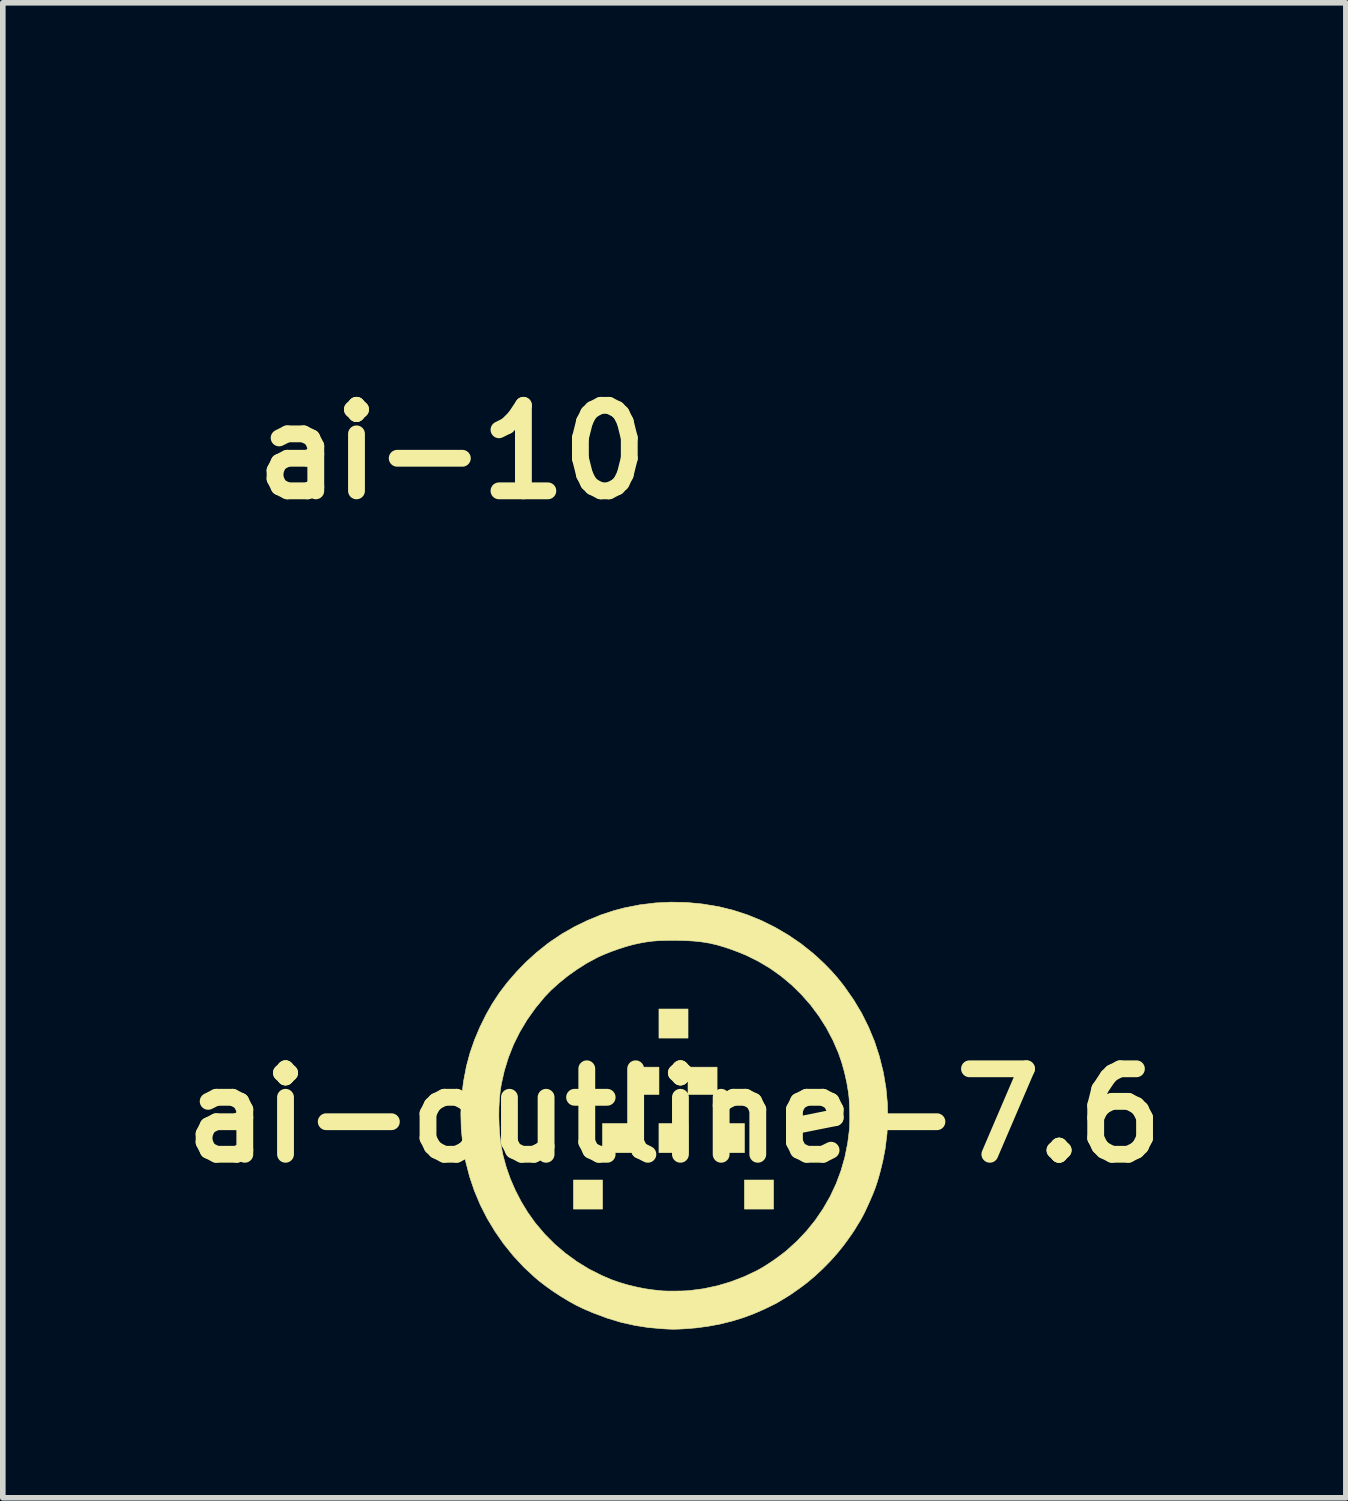
<source format=kicad_pcb>
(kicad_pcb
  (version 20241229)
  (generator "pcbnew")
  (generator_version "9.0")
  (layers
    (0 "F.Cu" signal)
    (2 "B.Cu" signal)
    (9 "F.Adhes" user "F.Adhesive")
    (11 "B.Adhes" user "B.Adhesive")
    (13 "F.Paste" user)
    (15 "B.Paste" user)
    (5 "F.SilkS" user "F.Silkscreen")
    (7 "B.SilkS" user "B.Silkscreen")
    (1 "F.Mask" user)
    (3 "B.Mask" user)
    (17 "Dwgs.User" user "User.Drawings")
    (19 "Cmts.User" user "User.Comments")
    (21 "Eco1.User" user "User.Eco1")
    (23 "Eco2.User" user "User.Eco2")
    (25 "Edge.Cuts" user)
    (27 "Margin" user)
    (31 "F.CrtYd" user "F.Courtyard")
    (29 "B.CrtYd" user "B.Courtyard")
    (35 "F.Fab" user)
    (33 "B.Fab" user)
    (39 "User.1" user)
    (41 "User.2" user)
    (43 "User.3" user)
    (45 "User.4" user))
  (footprint "ai-10"
    (layer "F.Cu")
    (at 5.01 5.01)
    (property "Reference" "ai-10" (at 0 0 0) (layer "F.SilkS") (effects (font (size 1.524 1.524) (thickness 0.3))))
    (attr through_hole)
    (fp_poly (pts (xy -1.684 2.192) (xy -2.366 2.192) (xy -2.366 1.511) (xy -1.684 1.511) (xy -1.684 2.192)) (stroke (width 0.01) (type solid)) (fill yes) (layer "F.Mask"))
    (fp_poly (pts (xy -1.003 0.869) (xy -1.684 0.869) (xy -1.684 0.187) (xy -1.003 0.187) (xy -1.003 0.869)) (stroke (width 0.01) (type solid)) (fill yes) (layer "F.Mask"))
    (fp_poly (pts (xy -0.361 -0.495) (xy -1.003 -0.495) (xy -1.003 -1.136) (xy -0.361 -1.136) (xy -0.361 -0.495)) (stroke (width 0.01) (type solid)) (fill yes) (layer "F.Mask"))
    (fp_poly (pts (xy 0.321 -1.818) (xy -0.361 -1.818) (xy -0.361 -2.5) (xy 0.321 -2.5) (xy 0.321 -1.818)) (stroke (width 0.01) (type solid)) (fill yes) (layer "F.Mask"))
    (fp_poly (pts (xy 0.321 0.869) (xy -0.361 0.869) (xy -0.361 0.187) (xy 0.321 0.187) (xy 0.321 0.869)) (stroke (width 0.01) (type solid)) (fill yes) (layer "F.Mask"))
    (fp_poly (pts (xy 1.003 -0.495) (xy 0.321 -0.495) (xy 0.321 -1.136) (xy 1.003 -1.136) (xy 1.003 -0.495)) (stroke (width 0.01) (type solid)) (fill yes) (layer "F.Mask"))
    (fp_poly (pts (xy 1.644 0.869) (xy 1.003 0.869) (xy 1.003 0.187) (xy 1.644 0.187) (xy 1.644 0.869)) (stroke (width 0.01) (type solid)) (fill yes) (layer "F.Mask"))
    (fp_poly (pts (xy 2.326 2.192) (xy 1.644 2.192) (xy 1.644 1.511) (xy 2.326 1.511) (xy 2.326 2.192)) (stroke (width 0.01) (type solid)) (fill yes) (layer "F.Mask"))
    (fp_poly (pts (xy 0.007 -5.005) (xy 0.216 -5.003) (xy 0.404 -4.996) (xy 0.577 -4.984) (xy 0.74 -4.965) (xy 0.898 -4.94) (xy 1.058 -4.908) (xy 1.225 -4.867) (xy 1.301 -4.846) (xy 1.653 -4.737) (xy 1.993 -4.603) (xy 2.321 -4.446) (xy 2.636 -4.267) (xy 2.936 -4.066) (xy 3.192 -3.868) (xy 3.458 -3.631) (xy 3.706 -3.376) (xy 3.935 -3.104) (xy 4.145 -2.818) (xy 4.334 -2.52) (xy 4.501 -2.211) (xy 4.645 -1.892) (xy 4.765 -1.567) (xy 4.847 -1.284) (xy 4.902 -1.048) (xy 4.945 -0.826) (xy 4.976 -0.608) (xy 4.997 -0.386) (xy 5.008 -0.15) (xy 5.009 -0.107) (xy 5.004 0.261) (xy 4.974 0.622) (xy 4.917 0.978) (xy 4.834 1.328) (xy 4.726 1.672) (xy 4.617 1.948) (xy 4.57 2.058) (xy 4.53 2.149) (xy 4.493 2.228) (xy 4.457 2.3) (xy 4.418 2.372) (xy 4.374 2.45) (xy 4.325 2.533) (xy 4.124 2.847) (xy 3.905 3.141) (xy 3.667 3.416) (xy 3.411 3.672) (xy 3.135 3.91) (xy 2.84 4.128) (xy 2.533 4.325) (xy 2.444 4.377) (xy 2.367 4.421) (xy 2.295 4.459) (xy 2.223 4.495) (xy 2.143 4.532) (xy 2.051 4.573) (xy 1.948 4.617) (xy 1.786 4.684) (xy 1.636 4.74) (xy 1.49 4.788) (xy 1.336 4.831) (xy 1.196 4.866) (xy 0.919 4.926) (xy 0.655 4.969) (xy 0.395 4.997) (xy 0.132 5.01) (xy -0.02 5.011) (xy -0.106 5.01) (xy -0.187 5.008) (xy -0.258 5.007) (xy -0.313 5.006) (xy -0.346 5.004) (xy -0.348 5.004) (xy -0.712 4.964) (xy -1.07 4.898) (xy -1.421 4.808) (xy -1.764 4.693) (xy -2.096 4.554) (xy -2.417 4.393) (xy -2.725 4.209) (xy -2.979 4.032) (xy -3.27 3.799) (xy -3.541 3.549) (xy -3.79 3.283) (xy -4.019 3.001) (xy -4.225 2.703) (xy -4.409 2.392) (xy -4.571 2.066) (xy -4.71 1.726) (xy -4.826 1.374) (xy -4.846 1.301) (xy -4.891 1.13) (xy -4.927 0.968) (xy -4.955 0.809) (xy -4.976 0.649) (xy -4.991 0.481) (xy -5.001 0.3) (xy -5.005 0.101) (xy -5.005 0.007) (xy -5.004 -0.087) (xy -4.108 -0.087) (xy -4.108 0.048) (xy -4.105 0.183) (xy -4.1 0.309) (xy -4.092 0.421) (xy -4.086 0.481) (xy -4.032 0.814) (xy -3.953 1.136) (xy -3.85 1.449) (xy -3.723 1.75) (xy -3.571 2.041) (xy -3.396 2.319) (xy -3.198 2.584) (xy -2.976 2.836) (xy -2.939 2.875) (xy -2.712 3.089) (xy -2.467 3.288) (xy -2.207 3.468) (xy -1.937 3.626) (xy -1.859 3.666) (xy -1.734 3.727) (xy -1.624 3.778) (xy -1.522 3.821) (xy -1.421 3.86) (xy -1.313 3.896) (xy -1.203 3.93) (xy -0.884 4.013) (xy -0.572 4.071) (xy -0.262 4.104) (xy 0.046 4.112) (xy 0.356 4.096) (xy 0.468 4.084) (xy 0.784 4.036) (xy 1.086 3.965) (xy 1.38 3.872) (xy 1.669 3.754) (xy 1.832 3.676) (xy 2.12 3.519) (xy 2.388 3.344) (xy 2.639 3.151) (xy 2.874 2.938) (xy 3.093 2.704) (xy 3.299 2.449) (xy 3.481 2.187) (xy 3.523 2.117) (xy 3.573 2.029) (xy 3.626 1.929) (xy 3.681 1.823) (xy 3.733 1.716) (xy 3.78 1.616) (xy 3.818 1.528) (xy 3.841 1.471) (xy 3.947 1.148) (xy 4.027 0.823) (xy 4.081 0.498) (xy 4.108 0.172) (xy 4.109 -0.154) (xy 4.084 -0.477) (xy 4.033 -0.798) (xy 4.016 -0.876) (xy 3.959 -1.105) (xy 3.895 -1.318) (xy 3.819 -1.523) (xy 3.729 -1.729) (xy 3.666 -1.859) (xy 3.508 -2.144) (xy 3.328 -2.414) (xy 3.127 -2.669) (xy 2.907 -2.907) (xy 2.669 -3.128) (xy 2.413 -3.329) (xy 2.142 -3.51) (xy 1.857 -3.67) (xy 1.614 -3.784) (xy 1.325 -3.895) (xy 1.034 -3.983) (xy 0.739 -4.047) (xy 0.435 -4.088) (xy 0.119 -4.107) (xy 0.013 -4.109) (xy -0.32 -4.098) (xy -0.643 -4.063) (xy -0.956 -4.004) (xy -1.261 -3.92) (xy -1.559 -3.811) (xy -1.851 -3.676) (xy -2.139 -3.515) (xy -2.309 -3.407) (xy -2.543 -3.236) (xy -2.769 -3.043) (xy -2.984 -2.831) (xy -3.184 -2.605) (xy -3.367 -2.366) (xy -3.53 -2.118) (xy -3.671 -1.864) (xy -3.729 -1.741) (xy -3.833 -1.497) (xy -3.917 -1.263) (xy -3.985 -1.031) (xy -4.038 -0.793) (xy -4.078 -0.543) (xy -4.092 -0.428) (xy -4.1 -0.332) (xy -4.106 -0.215) (xy -4.108 -0.087) (xy -5.004 -0.087) (xy -5.002 -0.234) (xy -4.993 -0.455) (xy -4.975 -0.66) (xy -4.948 -0.857) (xy -4.912 -1.05) (xy -4.864 -1.245) (xy -4.805 -1.447) (xy -4.733 -1.663) (xy -4.707 -1.738) (xy -4.575 -2.066) (xy -4.418 -2.383) (xy -4.238 -2.689) (xy -4.034 -2.983) (xy -3.806 -3.266) (xy -3.556 -3.535) (xy -3.283 -3.792) (xy -3.103 -3.944) (xy -2.958 -4.054) (xy -2.794 -4.168) (xy -2.616 -4.281) (xy -2.431 -4.389) (xy -2.244 -4.489) (xy -2.062 -4.578) (xy -2.052 -4.582) (xy -1.934 -4.633) (xy -1.797 -4.686) (xy -1.649 -4.738) (xy -1.497 -4.789) (xy -1.348 -4.835) (xy -1.209 -4.873) (xy -1.155 -4.886) (xy -0.998 -4.921) (xy -0.848 -4.949) (xy -0.7 -4.971) (xy -0.548 -4.987) (xy -0.386 -4.997) (xy -0.21 -5.003) (xy -0.013 -5.005) (xy 0.007 -5.005)) (stroke (width 0.01) (type solid)) (fill yes) (layer "F.Mask")))
  (footprint "ai-outline-7.6"
    (layer "F.Cu")
    (at 8.97 16.836)
    (property "Reference" "ai-outline-7.6" (at 0 0 0) (layer "F.SilkS") (effects (font (size 1.524 1.524) (thickness 0.3))))
    (attr through_hole)
    (fp_poly (pts (xy -1.28 1.666) (xy -1.798 1.666) (xy -1.798 1.148) (xy -1.28 1.148) (xy -1.28 1.666)) (stroke (width 0.01) (type solid)) (fill yes) (layer "F.SilkS"))
    (fp_poly (pts (xy -0.762 0.66) (xy -1.28 0.66) (xy -1.28 0.142) (xy -0.762 0.142) (xy -0.762 0.66)) (stroke (width 0.01) (type solid)) (fill yes) (layer "F.SilkS"))
    (fp_poly (pts (xy -0.274 -0.376) (xy -0.762 -0.376) (xy -0.762 -0.864) (xy -0.274 -0.864) (xy -0.274 -0.376)) (stroke (width 0.01) (type solid)) (fill yes) (layer "F.SilkS"))
    (fp_poly (pts (xy 0.244 -1.382) (xy -0.274 -1.382) (xy -0.274 -1.9) (xy 0.244 -1.9) (xy 0.244 -1.382)) (stroke (width 0.01) (type solid)) (fill yes) (layer "F.SilkS"))
    (fp_poly (pts (xy 0.244 0.66) (xy -0.274 0.66) (xy -0.274 0.142) (xy 0.244 0.142) (xy 0.244 0.66)) (stroke (width 0.01) (type solid)) (fill yes) (layer "F.SilkS"))
    (fp_poly (pts (xy 0.762 -0.376) (xy 0.244 -0.376) (xy 0.244 -0.864) (xy 0.762 -0.864) (xy 0.762 -0.376)) (stroke (width 0.01) (type solid)) (fill yes) (layer "F.SilkS"))
    (fp_poly (pts (xy 1.25 0.66) (xy 0.762 0.66) (xy 0.762 0.142) (xy 1.25 0.142) (xy 1.25 0.66)) (stroke (width 0.01) (type solid)) (fill yes) (layer "F.SilkS"))
    (fp_poly (pts (xy 1.768 1.666) (xy 1.25 1.666) (xy 1.25 1.148) (xy 1.768 1.148) (xy 1.768 1.666)) (stroke (width 0.01) (type solid)) (fill yes) (layer "F.SilkS"))
    (fp_poly (pts (xy 0.222 -3.799) (xy 0.502 -3.772) (xy 0.782 -3.726) (xy 0.798 -3.723) (xy 1.055 -3.659) (xy 1.309 -3.576) (xy 1.558 -3.474) (xy 1.799 -3.354) (xy 2.033 -3.217) (xy 2.256 -3.065) (xy 2.468 -2.896) (xy 2.552 -2.822) (xy 2.68 -2.701) (xy 2.796 -2.582) (xy 2.904 -2.46) (xy 3.01 -2.328) (xy 3.037 -2.291) (xy 3.197 -2.062) (xy 3.339 -1.825) (xy 3.461 -1.58) (xy 3.566 -1.327) (xy 3.652 -1.065) (xy 3.72 -0.793) (xy 3.728 -0.756) (xy 3.773 -0.487) (xy 3.798 -0.216) (xy 3.804 0.055) (xy 3.791 0.324) (xy 3.758 0.591) (xy 3.718 0.799) (xy 3.697 0.889) (xy 3.673 0.985) (xy 3.647 1.081) (xy 3.621 1.17) (xy 3.596 1.246) (xy 3.593 1.255) (xy 3.569 1.322) (xy 3.538 1.4) (xy 3.502 1.484) (xy 3.464 1.57) (xy 3.425 1.655) (xy 3.387 1.735) (xy 3.351 1.804) (xy 3.321 1.859) (xy 3.315 1.869) (xy 3.288 1.913) (xy 3.255 1.966) (xy 3.224 2.018) (xy 3.212 2.037) (xy 3.188 2.074) (xy 3.155 2.123) (xy 3.115 2.179) (xy 3.072 2.239) (xy 3.028 2.299) (xy 3.023 2.306) (xy 2.91 2.447) (xy 2.783 2.59) (xy 2.645 2.73) (xy 2.503 2.862) (xy 2.361 2.981) (xy 2.306 3.023) (xy 2.247 3.067) (xy 2.186 3.11) (xy 2.129 3.15) (xy 2.079 3.185) (xy 2.041 3.21) (xy 2.037 3.212) (xy 1.988 3.242) (xy 1.934 3.275) (xy 1.886 3.304) (xy 1.869 3.315) (xy 1.827 3.339) (xy 1.769 3.369) (xy 1.7 3.403) (xy 1.625 3.439) (xy 1.546 3.475) (xy 1.468 3.509) (xy 1.412 3.533) (xy 1.227 3.602) (xy 1.027 3.663) (xy 0.817 3.715) (xy 0.602 3.755) (xy 0.385 3.784) (xy 0.198 3.799) (xy 0.129 3.803) (xy 0.073 3.806) (xy 0.027 3.807) (xy -0.015 3.808) (xy -0.058 3.807) (xy -0.108 3.805) (xy -0.169 3.802) (xy -0.218 3.799) (xy -0.466 3.777) (xy -0.711 3.738) (xy -0.955 3.683) (xy -1.199 3.609) (xy -1.446 3.517) (xy -1.626 3.44) (xy -1.751 3.379) (xy -1.885 3.305) (xy -2.023 3.221) (xy -2.16 3.132) (xy -2.292 3.038) (xy -2.414 2.944) (xy -2.484 2.885) (xy -2.684 2.699) (xy -2.87 2.499) (xy -3.041 2.287) (xy -3.196 2.064) (xy -3.336 1.832) (xy -3.458 1.592) (xy -3.562 1.345) (xy -3.648 1.092) (xy -3.715 0.834) (xy -3.723 0.798) (xy -3.77 0.518) (xy -3.798 0.238) (xy -3.804 0.015) (xy -3.128 0.015) (xy -3.123 0.177) (xy -3.113 0.335) (xy -3.096 0.484) (xy -3.093 0.508) (xy -3.053 0.712) (xy -2.996 0.92) (xy -2.923 1.128) (xy -2.833 1.334) (xy -2.73 1.533) (xy -2.614 1.724) (xy -2.486 1.904) (xy -2.473 1.92) (xy -2.31 2.113) (xy -2.132 2.292) (xy -1.94 2.455) (xy -1.737 2.603) (xy -1.522 2.735) (xy -1.296 2.849) (xy -1.119 2.925) (xy -0.985 2.972) (xy -0.838 3.016) (xy -0.686 3.053) (xy -0.535 3.084) (xy -0.393 3.105) (xy -0.366 3.108) (xy -0.318 3.113) (xy -0.275 3.118) (xy -0.242 3.121) (xy -0.229 3.123) (xy -0.194 3.125) (xy -0.144 3.127) (xy -0.082 3.128) (xy -0.013 3.128) (xy 0.058 3.127) (xy 0.128 3.126) (xy 0.191 3.124) (xy 0.244 3.121) (xy 0.269 3.119) (xy 0.521 3.086) (xy 0.769 3.033) (xy 1.011 2.961) (xy 1.247 2.87) (xy 1.475 2.762) (xy 1.502 2.747) (xy 1.58 2.703) (xy 1.667 2.648) (xy 1.759 2.587) (xy 1.85 2.522) (xy 1.935 2.458) (xy 2.002 2.405) (xy 2.189 2.235) (xy 2.361 2.053) (xy 2.517 1.859) (xy 2.656 1.654) (xy 2.779 1.439) (xy 2.884 1.215) (xy 2.971 0.982) (xy 3.04 0.741) (xy 3.09 0.493) (xy 3.12 0.254) (xy 3.125 0.179) (xy 3.127 0.089) (xy 3.127 -0.009) (xy 3.125 -0.11) (xy 3.121 -0.209) (xy 3.116 -0.301) (xy 3.108 -0.38) (xy 3.105 -0.406) (xy 3.074 -0.591) (xy 3.033 -0.773) (xy 2.984 -0.948) (xy 2.928 -1.11) (xy 2.925 -1.119) (xy 2.825 -1.348) (xy 2.709 -1.567) (xy 2.577 -1.775) (xy 2.43 -1.972) (xy 2.268 -2.156) (xy 2.094 -2.327) (xy 1.908 -2.483) (xy 1.71 -2.624) (xy 1.501 -2.749) (xy 1.284 -2.857) (xy 1.168 -2.905) (xy 1.02 -2.961) (xy 0.883 -3.007) (xy 0.753 -3.045) (xy 0.627 -3.074) (xy 0.499 -3.095) (xy 0.366 -3.11) (xy 0.223 -3.119) (xy 0.066 -3.123) (xy -0.005 -3.123) (xy -0.118 -3.123) (xy -0.215 -3.121) (xy -0.301 -3.117) (xy -0.378 -3.111) (xy -0.453 -3.102) (xy -0.528 -3.091) (xy -0.608 -3.076) (xy -0.655 -3.067) (xy -0.76 -3.042) (xy -0.877 -3.009) (xy -1 -2.969) (xy -1.123 -2.925) (xy -1.241 -2.878) (xy -1.348 -2.831) (xy -1.386 -2.812) (xy -1.56 -2.718) (xy -1.732 -2.609) (xy -1.9 -2.49) (xy -2.057 -2.363) (xy -2.202 -2.231) (xy -2.315 -2.113) (xy -2.479 -1.914) (xy -2.626 -1.707) (xy -2.755 -1.491) (xy -2.866 -1.268) (xy -2.957 -1.038) (xy -3.03 -0.802) (xy -3.084 -0.561) (xy -3.104 -0.432) (xy -3.118 -0.295) (xy -3.126 -0.144) (xy -3.128 0.015) (xy -3.804 0.015) (xy -3.805 -0.042) (xy -3.792 -0.322) (xy -3.759 -0.601) (xy -3.706 -0.878) (xy -3.702 -0.894) (xy -3.641 -1.12) (xy -3.562 -1.348) (xy -3.466 -1.576) (xy -3.356 -1.799) (xy -3.244 -1.996) (xy -3.117 -2.189) (xy -2.972 -2.379) (xy -2.812 -2.563) (xy -2.64 -2.74) (xy -2.458 -2.905) (xy -2.268 -3.057) (xy -2.21 -3.1) (xy -1.999 -3.241) (xy -1.776 -3.368) (xy -1.545 -3.48) (xy -1.309 -3.577) (xy -1.07 -3.656) (xy -0.894 -3.702) (xy -0.617 -3.757) (xy -0.338 -3.791) (xy -0.058 -3.805) (xy 0.222 -3.799)) (stroke (width 0.01) (type solid)) (fill yes) (layer "F.SilkS")))
  (gr_rect
    (start -3 -3)
    (end 20.94 23.649)
    (stroke (width 0.1) (type default))
    (fill no)
    (layer "Edge.Cuts")))
</source>
